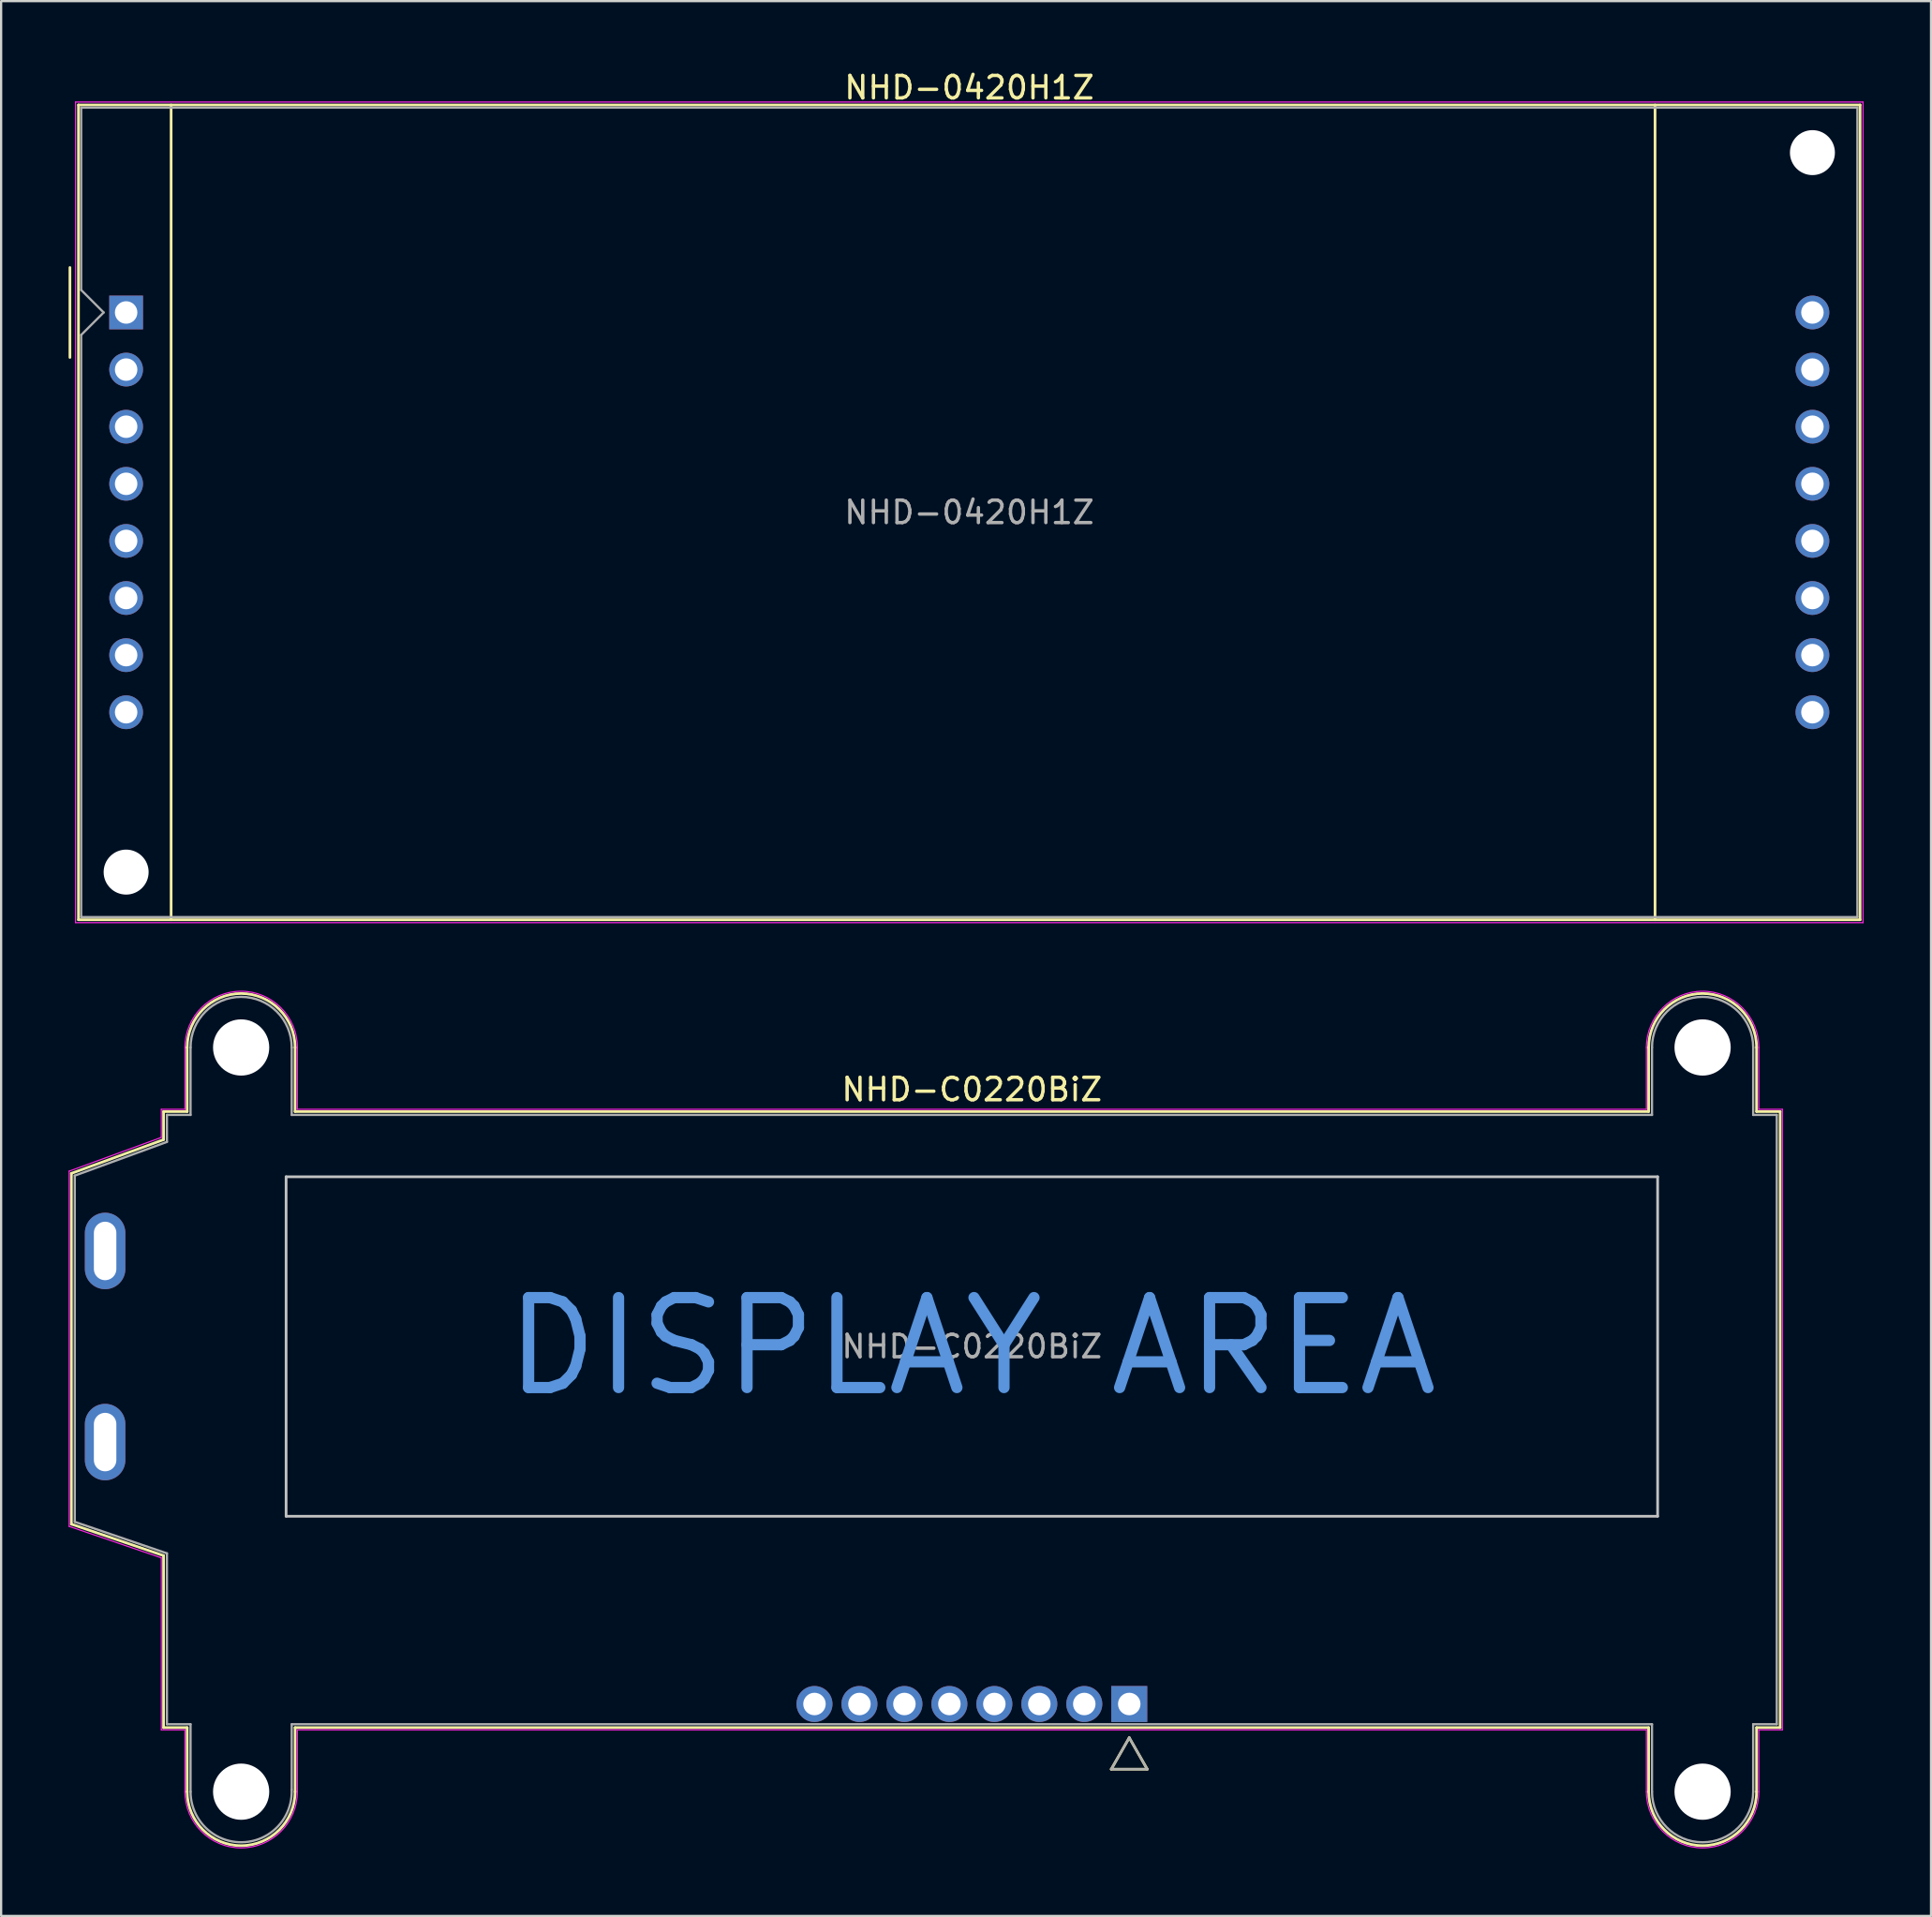
<source format=kicad_pcb>
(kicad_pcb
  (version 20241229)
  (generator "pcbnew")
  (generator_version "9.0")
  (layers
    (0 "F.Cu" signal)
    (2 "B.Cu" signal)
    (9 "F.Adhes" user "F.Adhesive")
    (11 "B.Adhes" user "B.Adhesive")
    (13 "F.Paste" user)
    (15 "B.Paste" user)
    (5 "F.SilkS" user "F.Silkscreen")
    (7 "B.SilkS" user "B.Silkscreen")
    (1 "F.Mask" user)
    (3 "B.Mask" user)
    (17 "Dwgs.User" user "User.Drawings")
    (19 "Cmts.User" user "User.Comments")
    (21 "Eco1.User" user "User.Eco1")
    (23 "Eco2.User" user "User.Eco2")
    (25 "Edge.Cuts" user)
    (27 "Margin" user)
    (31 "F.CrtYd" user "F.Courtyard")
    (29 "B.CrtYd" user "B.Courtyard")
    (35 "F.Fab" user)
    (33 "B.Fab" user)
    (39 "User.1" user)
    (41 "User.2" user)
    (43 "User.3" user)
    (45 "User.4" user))
  (footprint "NHD-0420H1Z"
    (layer "F.Cu")
    (at 2.56 10.848)
    (property "Reference" "NHD-0420H1Z" (at 37.5 -10 0) (layer "F.SilkS") (effects (font (size 1 1) (thickness 0.15))))
    (attr through_hole)
    (fp_line (start -2.5 -2) (end -2.5 2) (stroke (width 0.12) (type solid)) (layer "F.SilkS"))
    (fp_line (start -2.12 -9.23) (end 77.12 -9.23) (stroke (width 0.12) (type solid)) (layer "F.SilkS"))
    (fp_line (start -2.12 27.01) (end -2.12 -9.23) (stroke (width 0.12) (type solid)) (layer "F.SilkS"))
    (fp_line (start 2 27.01) (end 2 -9.23) (stroke (width 0.12) (type solid)) (layer "F.SilkS"))
    (fp_line (start 68 -9.23) (end 68 27.01) (stroke (width 0.12) (type solid)) (layer "F.SilkS"))
    (fp_line (start 77.12 -9.23) (end 77.12 27.01) (stroke (width 0.12) (type solid)) (layer "F.SilkS"))
    (fp_line (start 77.12 27.01) (end -2.12 27.01) (stroke (width 0.12) (type solid)) (layer "F.SilkS"))
    (fp_line (start -2.25 -9.36) (end 77.25 -9.36) (stroke (width 0.05) (type solid)) (layer "F.CrtYd"))
    (fp_line (start -2.25 27.14) (end -2.25 -9.36) (stroke (width 0.05) (type solid)) (layer "F.CrtYd"))
    (fp_line (start 77.25 -9.36) (end 77.25 27.14) (stroke (width 0.05) (type solid)) (layer "F.CrtYd"))
    (fp_line (start 77.25 27.14) (end -2.25 27.14) (stroke (width 0.05) (type solid)) (layer "F.CrtYd"))
    (fp_line (start -2 -9.11) (end 77 -9.11) (stroke (width 0.1) (type solid)) (layer "F.Fab"))
    (fp_line (start -2 -1) (end -2 -9.11) (stroke (width 0.1) (type solid)) (layer "F.Fab"))
    (fp_line (start -2 1) (end -1 0) (stroke (width 0.1) (type solid)) (layer "F.Fab"))
    (fp_line (start -2 26.89) (end -2 1) (stroke (width 0.1) (type solid)) (layer "F.Fab"))
    (fp_line (start -1 0) (end -2 -1) (stroke (width 0.1) (type solid)) (layer "F.Fab"))
    (fp_line (start 77 -9.11) (end 77 26.89) (stroke (width 0.1) (type solid)) (layer "F.Fab"))
    (fp_line (start 77 26.89) (end -2 26.89) (stroke (width 0.1) (type solid)) (layer "F.Fab"))
    (fp_text user "${REFERENCE}" (at 37.5 8.89 0) (layer "F.Fab") (effects (font (size 1 1) (thickness 0.15))))
    (pad "" np_thru_hole circle (at 0 24.89) (size 2 2) (drill 2) (layers "*.Cu" "*.Mask"))
    (pad "" np_thru_hole circle (at 75 -7.11) (size 2 2) (drill 2) (layers "*.Cu" "*.Mask"))
    (pad "1" thru_hole rect (at 0 0) (size 1.5 1.5) (drill 1) (layers "*.Cu" "*.Mask"))
    (pad "2" thru_hole circle (at 0 2.54) (size 1.5 1.5) (drill 1) (layers "*.Cu" "*.Mask"))
    (pad "3" thru_hole circle (at 0 5.08) (size 1.5 1.5) (drill 1) (layers "*.Cu" "*.Mask"))
    (pad "4" thru_hole circle (at 0 7.62) (size 1.5 1.5) (drill 1) (layers "*.Cu" "*.Mask"))
    (pad "5" thru_hole circle (at 0 10.16) (size 1.5 1.5) (drill 1) (layers "*.Cu" "*.Mask"))
    (pad "6" thru_hole circle (at 0 12.7) (size 1.5 1.5) (drill 1) (layers "*.Cu" "*.Mask"))
    (pad "7" thru_hole circle (at 0 15.24) (size 1.5 1.5) (drill 1) (layers "*.Cu" "*.Mask"))
    (pad "8" thru_hole circle (at 0 17.78) (size 1.5 1.5) (drill 1) (layers "*.Cu" "*.Mask"))
    (pad "9" thru_hole circle (at 75 0) (size 1.5 1.5) (drill 1) (layers "*.Cu" "*.Mask"))
    (pad "10" thru_hole circle (at 75 2.54) (size 1.5 1.5) (drill 1) (layers "*.Cu" "*.Mask"))
    (pad "11" thru_hole circle (at 75 5.08) (size 1.5 1.5) (drill 1) (layers "*.Cu" "*.Mask"))
    (pad "12" thru_hole circle (at 75 7.62) (size 1.5 1.5) (drill 1) (layers "*.Cu" "*.Mask"))
    (pad "13" thru_hole circle (at 75 10.16) (size 1.5 1.5) (drill 1) (layers "*.Cu" "*.Mask"))
    (pad "14" thru_hole circle (at 75 12.7) (size 1.5 1.5) (drill 1) (layers "*.Cu" "*.Mask"))
    (pad "15" thru_hole circle (at 75 15.24) (size 1.5 1.5) (drill 1) (layers "*.Cu" "*.Mask"))
    (pad "16" thru_hole circle (at 75 17.78) (size 1.5 1.5) (drill 1) (layers "*.Cu" "*.Mask")))
  (footprint "NHD-C0220BiZ"
    (layer "F.Cu")
    (at 40.175 56.838)
    (property "Reference" "NHD-C0220BiZ" (at 0 -11.43 0) (layer "F.SilkS") (effects (font (size 1 1) (thickness 0.15))))
    (attr through_hole)
    (fp_line (start -40.05 -7.7) (end -40.05 7.9) (stroke (width 0.12) (type solid)) (layer "F.SilkS"))
    (fp_line (start -40.05 7.9) (end -35.95 9.3) (stroke (width 0.12) (type solid)) (layer "F.SilkS"))
    (fp_line (start -35.95 -10.45) (end -35.95 -9.2) (stroke (width 0.12) (type solid)) (layer "F.SilkS"))
    (fp_line (start -35.95 -9.2) (end -40.05 -7.7) (stroke (width 0.12) (type solid)) (layer "F.SilkS"))
    (fp_line (start -35.95 9.3) (end -35.95 16.95) (stroke (width 0.12) (type solid)) (layer "F.SilkS"))
    (fp_line (start -35.95 16.95) (end -34.9 16.95) (stroke (width 0.12) (type solid)) (layer "F.SilkS"))
    (fp_line (start -34.9 -13.3) (end -34.9 -10.45) (stroke (width 0.12) (type solid)) (layer "F.SilkS"))
    (fp_line (start -34.9 -10.45) (end -35.95 -10.45) (stroke (width 0.12) (type solid)) (layer "F.SilkS"))
    (fp_line (start -34.9 16.95) (end -34.9 19.8) (stroke (width 0.12) (type solid)) (layer "F.SilkS"))
    (fp_line (start -30.1 -10.45) (end -30.1 -13.3) (stroke (width 0.12) (type solid)) (layer "F.SilkS"))
    (fp_line (start -30.1 16.95) (end 30.1 16.95) (stroke (width 0.12) (type solid)) (layer "F.SilkS"))
    (fp_line (start -30.1 19.8) (end -30.1 16.95) (stroke (width 0.12) (type solid)) (layer "F.SilkS"))
    (fp_line (start 6.2 18.8) (end 7 17.4) (stroke (width 0.12) (type solid)) (layer "F.SilkS"))
    (fp_line (start 6.2 18.8) (end 7.8 18.8) (stroke (width 0.12) (type solid)) (layer "F.SilkS"))
    (fp_line (start 7 17.4) (end 7.8 18.8) (stroke (width 0.12) (type solid)) (layer "F.SilkS"))
    (fp_line (start 30.1 -13.3) (end 30.1 -10.45) (stroke (width 0.12) (type solid)) (layer "F.SilkS"))
    (fp_line (start 30.1 -10.45) (end -30.1 -10.45) (stroke (width 0.12) (type solid)) (layer "F.SilkS"))
    (fp_line (start 30.1 16.95) (end 30.1 19.8) (stroke (width 0.12) (type solid)) (layer "F.SilkS"))
    (fp_line (start 34.9 -10.45) (end 34.9 -13.3) (stroke (width 0.12) (type solid)) (layer "F.SilkS"))
    (fp_line (start 34.9 16.95) (end 35.95 16.95) (stroke (width 0.12) (type solid)) (layer "F.SilkS"))
    (fp_line (start 34.9 19.8) (end 34.9 16.95) (stroke (width 0.12) (type solid)) (layer "F.SilkS"))
    (fp_line (start 35.95 -10.45) (end 34.9 -10.45) (stroke (width 0.12) (type solid)) (layer "F.SilkS"))
    (fp_line (start 35.95 16.95) (end 35.95 -10.45) (stroke (width 0.12) (type solid)) (layer "F.SilkS"))
    (fp_arc (start -34.9 -13.3) (mid -32.5 -15.7) (end -30.1 -13.3) (stroke (width 0.12) (type solid)) (layer "F.SilkS"))
    (fp_arc (start -30.1 19.8) (mid -32.5 22.2) (end -34.9 19.8) (stroke (width 0.12) (type solid)) (layer "F.SilkS"))
    (fp_arc (start 30.1 -13.3) (mid 32.5 -15.7) (end 34.9 -13.3) (stroke (width 0.12) (type solid)) (layer "F.SilkS"))
    (fp_arc (start 34.9 19.8) (mid 32.5 22.2) (end 30.1 19.8) (stroke (width 0.12) (type solid)) (layer "F.SilkS"))
    (fp_line (start -30.5 -7.55) (end 30.5 -7.55) (stroke (width 0.12) (type solid)) (layer "Dwgs.User"))
    (fp_line (start -30.5 7.55) (end -30.5 -7.55) (stroke (width 0.12) (type solid)) (layer "Dwgs.User"))
    (fp_line (start 30.5 -7.55) (end 30.5 7.55) (stroke (width 0.12) (type solid)) (layer "Dwgs.User"))
    (fp_line (start 30.5 7.55) (end -30.5 7.55) (stroke (width 0.12) (type solid)) (layer "Dwgs.User"))
    (fp_line (start -40.15 -7.8) (end -36.05 -9.3) (stroke (width 0.05) (type solid)) (layer "F.CrtYd"))
    (fp_line (start -40.15 8) (end -40.15 -7.8) (stroke (width 0.05) (type solid)) (layer "F.CrtYd"))
    (fp_line (start -36.05 -10.55) (end -35 -10.55) (stroke (width 0.05) (type solid)) (layer "F.CrtYd"))
    (fp_line (start -36.05 -9.3) (end -36.05 -10.55) (stroke (width 0.05) (type solid)) (layer "F.CrtYd"))
    (fp_line (start -36.05 9.4) (end -40.15 8) (stroke (width 0.05) (type solid)) (layer "F.CrtYd"))
    (fp_line (start -36.05 17.05) (end -36.05 9.4) (stroke (width 0.05) (type solid)) (layer "F.CrtYd"))
    (fp_line (start -35 -10.55) (end -35 -13.3) (stroke (width 0.05) (type solid)) (layer "F.CrtYd"))
    (fp_line (start -35 17.05) (end -36.05 17.05) (stroke (width 0.05) (type solid)) (layer "F.CrtYd"))
    (fp_line (start -35 19.8) (end -35 17.05) (stroke (width 0.05) (type solid)) (layer "F.CrtYd"))
    (fp_line (start -30 -13.3) (end -30 -10.55) (stroke (width 0.05) (type solid)) (layer "F.CrtYd"))
    (fp_line (start -30 -10.55) (end 30 -10.55) (stroke (width 0.05) (type solid)) (layer "F.CrtYd"))
    (fp_line (start -30 17.05) (end -30 19.8) (stroke (width 0.05) (type solid)) (layer "F.CrtYd"))
    (fp_line (start 30 -10.55) (end 30 -13.3) (stroke (width 0.05) (type solid)) (layer "F.CrtYd"))
    (fp_line (start 30 17.05) (end -30 17.05) (stroke (width 0.05) (type solid)) (layer "F.CrtYd"))
    (fp_line (start 30 19.8) (end 30 17.05) (stroke (width 0.05) (type solid)) (layer "F.CrtYd"))
    (fp_line (start 35 -10.55) (end 35 -13.3) (stroke (width 0.05) (type solid)) (layer "F.CrtYd"))
    (fp_line (start 35 17.05) (end 35 19.8) (stroke (width 0.05) (type solid)) (layer "F.CrtYd"))
    (fp_line (start 36.05 -10.55) (end 35 -10.55) (stroke (width 0.05) (type solid)) (layer "F.CrtYd"))
    (fp_line (start 36.05 -10.55) (end 36.05 17.05) (stroke (width 0.05) (type solid)) (layer "F.CrtYd"))
    (fp_line (start 36.05 17.05) (end 35 17.05) (stroke (width 0.05) (type solid)) (layer "F.CrtYd"))
    (fp_arc (start -35 -13.3) (mid -32.5 -15.8) (end -30 -13.3) (stroke (width 0.05) (type solid)) (layer "F.CrtYd"))
    (fp_arc (start -30 19.8) (mid -32.5 22.3) (end -35 19.8) (stroke (width 0.05) (type solid)) (layer "F.CrtYd"))
    (fp_arc (start 30 -13.3) (mid 32.5 -15.8) (end 35 -13.3) (stroke (width 0.05) (type solid)) (layer "F.CrtYd"))
    (fp_arc (start 35 19.8) (mid 32.5 22.3) (end 30 19.8) (stroke (width 0.05) (type solid)) (layer "F.CrtYd"))
    (fp_line (start -39.9 -7.6) (end -35.8 -9.1) (stroke (width 0.1) (type solid)) (layer "F.Fab"))
    (fp_line (start -39.9 7.8) (end -39.9 -7.6) (stroke (width 0.1) (type solid)) (layer "F.Fab"))
    (fp_line (start -35.8 -10.3) (end -35.8 -9.1) (stroke (width 0.1) (type solid)) (layer "F.Fab"))
    (fp_line (start -35.8 -10.3) (end -34.75 -10.3) (stroke (width 0.1) (type solid)) (layer "F.Fab"))
    (fp_line (start -35.8 9.2) (end -39.9 7.8) (stroke (width 0.1) (type solid)) (layer "F.Fab"))
    (fp_line (start -35.8 9.2) (end -35.8 16.8) (stroke (width 0.1) (type solid)) (layer "F.Fab"))
    (fp_line (start -34.75 -10.3) (end -34.75 -13.3) (stroke (width 0.1) (type solid)) (layer "F.Fab"))
    (fp_line (start -34.75 16.8) (end -35.8 16.8) (stroke (width 0.1) (type solid)) (layer "F.Fab"))
    (fp_line (start -34.75 19.8) (end -34.75 16.8) (stroke (width 0.1) (type solid)) (layer "F.Fab"))
    (fp_line (start -30.25 -10.3) (end -30.25 -13.3) (stroke (width 0.1) (type solid)) (layer "F.Fab"))
    (fp_line (start -30.25 -10.3) (end 30.25 -10.3) (stroke (width 0.1) (type solid)) (layer "F.Fab"))
    (fp_line (start -30.25 16.8) (end -30.25 19.7) (stroke (width 0.1) (type solid)) (layer "F.Fab"))
    (fp_line (start -30.25 16.8) (end 30.25 16.8) (stroke (width 0.1) (type solid)) (layer "F.Fab"))
    (fp_line (start 6.2 18.8) (end 7.8 18.8) (stroke (width 0.1) (type solid)) (layer "F.Fab"))
    (fp_line (start 7 17.4) (end 6.2 18.8) (stroke (width 0.1) (type solid)) (layer "F.Fab"))
    (fp_line (start 7.8 18.8) (end 7 17.4) (stroke (width 0.1) (type solid)) (layer "F.Fab"))
    (fp_line (start 30.25 -10.3) (end 30.25 -13.3) (stroke (width 0.1) (type solid)) (layer "F.Fab"))
    (fp_line (start 30.25 19.8) (end 30.25 16.8) (stroke (width 0.1) (type solid)) (layer "F.Fab"))
    (fp_line (start 34.75 -13.3) (end 34.75 -10.3) (stroke (width 0.1) (type solid)) (layer "F.Fab"))
    (fp_line (start 34.75 -10.3) (end 35.8 -10.3) (stroke (width 0.1) (type solid)) (layer "F.Fab"))
    (fp_line (start 34.75 16.8) (end 34.75 19.8) (stroke (width 0.1) (type solid)) (layer "F.Fab"))
    (fp_line (start 35.8 -10.3) (end 35.8 16.8) (stroke (width 0.1) (type solid)) (layer "F.Fab"))
    (fp_line (start 35.8 16.8) (end 34.75 16.8) (stroke (width 0.1) (type solid)) (layer "F.Fab"))
    (fp_arc (start -34.75 -13.3) (mid -32.5 -15.55) (end -30.25 -13.3) (stroke (width 0.1) (type solid)) (layer "F.Fab"))
    (fp_arc (start -30.251542 19.716724) (mid -32.458355 22.049614) (end -34.75 19.8) (stroke (width 0.1) (type solid)) (layer "F.Fab"))
    (fp_arc (start 30.25 -13.3) (mid 32.5 -15.55) (end 34.75 -13.3) (stroke (width 0.1) (type solid)) (layer "F.Fab"))
    (fp_arc (start 34.75 19.8) (mid 32.5 22.05) (end 30.25 19.8) (stroke (width 0.1) (type solid)) (layer "F.Fab"))
    (fp_text user "DISPLAY AREA" (at 0 0 0) (layer "Cmts.User") (effects (font (size 4 4) (thickness 0.5))))
    (fp_text user "${REFERENCE}" (at 0 0 0) (layer "F.Fab") (effects (font (size 1 1) (thickness 0.15))))
    (pad "" np_thru_hole circle (at -32.5 -13.3) (size 2.5 2.5) (drill 2.5) (layers "*.Cu" "*.Mask"))
    (pad "" np_thru_hole circle (at -32.5 19.8) (size 2.5 2.5) (drill 2.5) (layers "*.Cu" "*.Mask"))
    (pad "" np_thru_hole circle (at 32.5 -13.3) (size 2.5 2.5) (drill 2.5) (layers "*.Cu" "*.Mask"))
    (pad "" np_thru_hole circle (at 32.5 19.8) (size 2.5 2.5) (drill 2.5) (layers "*.Cu" "*.Mask"))
    (pad "1" thru_hole rect (at 7 15.9) (size 1.6 1.6) (drill 1) (layers "*.Cu" "*.Mask"))
    (pad "2" thru_hole circle (at 5 15.9) (size 1.6 1.6) (drill 1) (layers "*.Cu" "*.Mask"))
    (pad "3" thru_hole circle (at 3 15.9) (size 1.6 1.6) (drill 1) (layers "*.Cu" "*.Mask"))
    (pad "4" thru_hole circle (at 1 15.9) (size 1.6 1.6) (drill 1) (layers "*.Cu" "*.Mask"))
    (pad "5" thru_hole circle (at -1 15.9) (size 1.6 1.6) (drill 1) (layers "*.Cu" "*.Mask"))
    (pad "6" thru_hole circle (at -3 15.9) (size 1.6 1.6) (drill 1) (layers "*.Cu" "*.Mask"))
    (pad "7" thru_hole circle (at -5 15.9) (size 1.6 1.6) (drill 1) (layers "*.Cu" "*.Mask"))
    (pad "8" thru_hole circle (at -7 15.9) (size 1.6 1.6) (drill 1) (layers "*.Cu" "*.Mask"))
    (pad "9" thru_hole oval (at -38.55 4.25) (size 1.8 3.4) (drill oval 1 2.6) (layers "*.Cu" "*.Mask"))
    (pad "10" thru_hole oval (at -38.55 -4.25) (size 1.8 3.4) (drill oval 1 2.6) (layers "*.Cu" "*.Mask")))
  (gr_rect
    (start -3 -3)
    (end 82.835 82.163)
    (stroke (width 0.1) (type default))
    (fill no)
    (layer "Edge.Cuts")))
</source>
